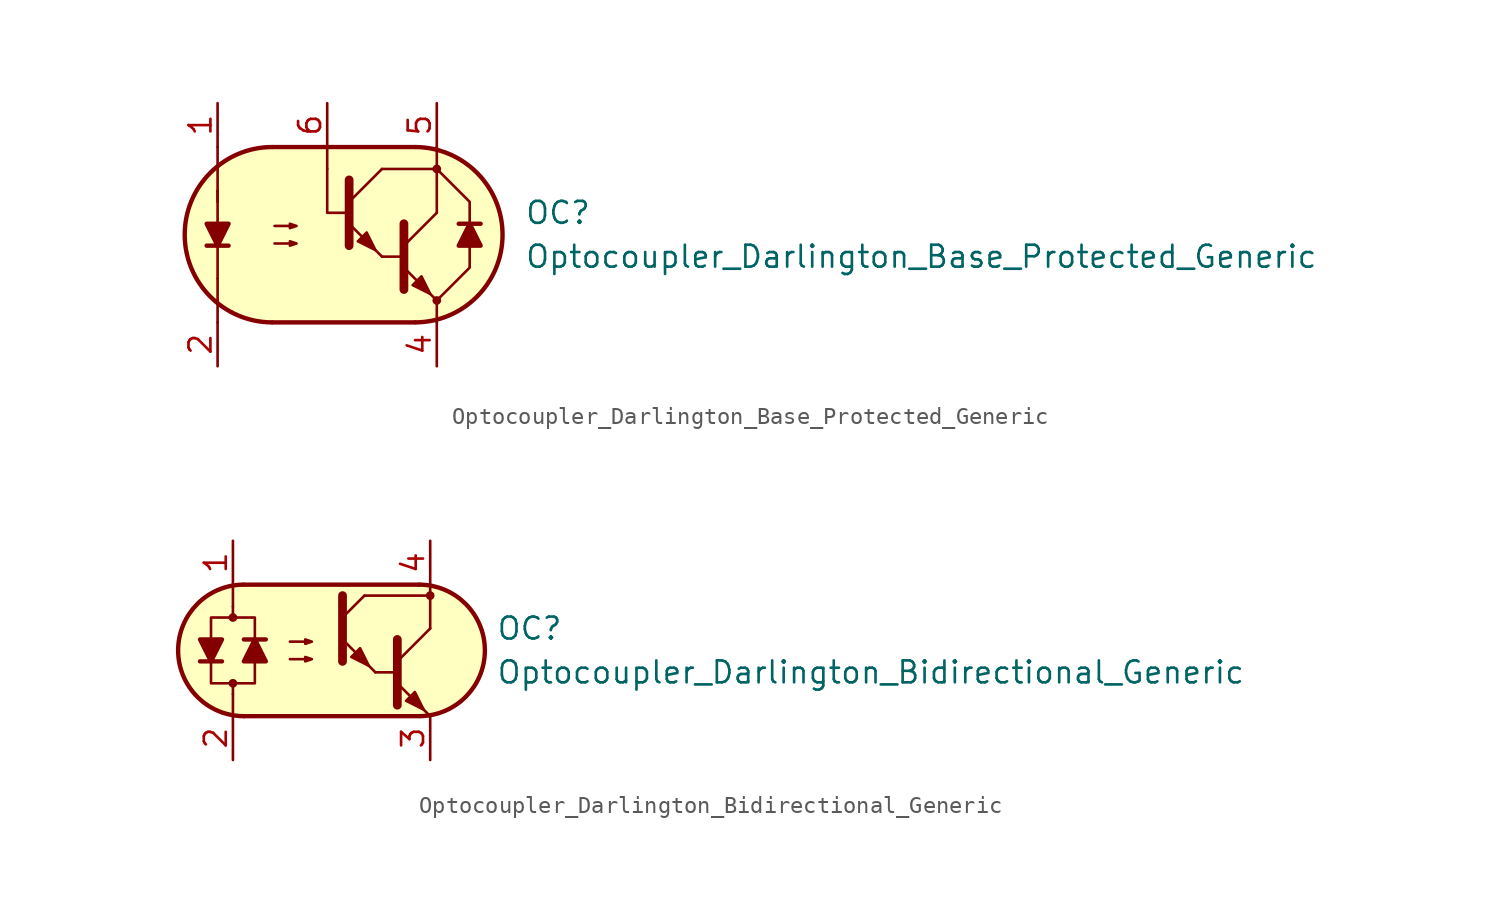
<source format=kicad_sym>
(kicad_symbol_lib
  (version 20211014)
  (generator kicad_symbol_editor)
  (symbol "Optocoupler_AKL:Optocoupler_Darlington_Base_Protected_Generic"
    (pin_names
      (offset 1.016))
    (property "Reference" "OC"
      (at 10.16 1.27 0)
      (effects (font (size 1.27 1.27)) (justify left)))
    (property "Value" "Optocoupler_Darlington_Base_Protected_Generic"
      (at 10.16 -1.27 0)
      (effects (font (size 1.27 1.27)) (justify left)))
    (symbol "Optocoupler_Darlington_Base_Protected_Generic_0_1"
      (arc (start -4.4769 5.08) (mid -9.5251 0) (end -4.4769 -5.08) (stroke (width 0.254) (type default) (color 0 0 0 0)) (fill (type none)))
      (polyline (pts (xy -7.62 -3.81) (xy -7.62 -5.08)) (stroke (width 0.152) (type default) (color 0 0 0 0)) (fill (type none)))
      (polyline (pts (xy -7.62 -2.54) (xy -7.62 -3.81)) (stroke (width 0.152) (type default) (color 0 0 0 0)) (fill (type none)))
      (polyline (pts (xy -7.62 -2.54) (xy -7.62 2.54)) (stroke (width 0.152) (type default) (color 0 0 0 0)) (fill (type none)))
      (polyline (pts (xy -7.62 1.905) (xy -7.62 2.54)) (stroke (width 0.152) (type default) (color 0 0 0 0)) (fill (type none)))
      (polyline (pts (xy -7.62 2.54) (xy -7.62 3.81)) (stroke (width 0.152) (type default) (color 0 0 0 0)) (fill (type none)))
      (polyline (pts (xy -7.62 3.81) (xy -7.62 5.08)) (stroke (width 0.152) (type default) (color 0 0 0 0)) (fill (type none)))
      (polyline (pts (xy -4.445 -5.08) (xy 3.81 -5.08)) (stroke (width 0.254) (type default) (color 0 0 0 0)) (fill (type none)))
      (polyline (pts (xy -1.27 3.81) (xy -1.27 5.08)) (stroke (width 0.152) (type default) (color 0 0 0 0)) (fill (type none)))
      (polyline (pts (xy 1.905 -1.27) (xy 3.175 -1.27)) (stroke (width 0) (type default) (color 0 0 0 0)) (fill (type none)))
      (polyline (pts (xy 1.905 3.81) (xy 5.08 3.81)) (stroke (width 0.152) (type default) (color 0 0 0 0)) (fill (type none)))
      (polyline (pts (xy 3.175 -0.635) (xy 5.08 1.27)) (stroke (width 0) (type default) (color 0 0 0 0)) (fill (type none)))
      (polyline (pts (xy 3.81 5.08) (xy -4.445 5.08)) (stroke (width 0.254) (type default) (color 0 0 0 0)) (fill (type none)))
      (polyline (pts (xy 5.08 -3.81) (xy 3.175 -1.905)) (stroke (width 0) (type default) (color 0 0 0 0)) (fill (type outline)))
      (polyline (pts (xy 5.08 -3.81) (xy 5.08 -5.08)) (stroke (width 0.152) (type default) (color 0 0 0 0)) (fill (type none)))
      (polyline (pts (xy 5.08 1.27) (xy 5.08 3.81)) (stroke (width 0.152) (type default) (color 0 0 0 0)) (fill (type none)))
      (polyline (pts (xy 5.08 3.81) (xy 5.08 5.08)) (stroke (width 0.152) (type default) (color 0 0 0 0)) (fill (type none)))
      (polyline (pts (xy 7.62 0.635) (xy 6.35 0.635)) (stroke (width 0.254) (type default) (color 0 0 0 0)) (fill (type none)))
      (polyline (pts (xy 0 1.27) (xy -1.27 1.27) (xy -1.27 3.81)) (stroke (width 0.152) (type default) (color 0 0 0 0)) (fill (type none)))
      (polyline (pts (xy 3.175 0.635) (xy 3.175 -3.175) (xy 3.175 -3.175)) (stroke (width 0.508) (type default) (color 0 0 0 0)) (fill (type none)))
      (polyline (pts (xy 5.08 -3.81) (xy 6.985 -1.905) (xy 6.985 1.905) (xy 5.08 3.81)) (stroke (width 0.152) (type default) (color 0 0 0 0)) (fill (type none)))
      (polyline (pts (xy 6.985 0.635) (xy 7.62 -0.635) (xy 6.35 -0.635) (xy 6.985 0.635)) (stroke (width 0.254) (type default) (color 0 0 0 0)) (fill (type outline)))
      (polyline (pts (xy -4.318 -0.508) (xy -3.048 -0.508) (xy -3.429 -0.635) (xy -3.429 -0.381) (xy -3.048 -0.508)) (stroke (width 0) (type default) (color 0 0 0 0)) (fill (type none)))
      (polyline (pts (xy -4.318 0.508) (xy -3.048 0.508) (xy -3.429 0.381) (xy -3.429 0.635) (xy -3.048 0.508)) (stroke (width 0) (type default) (color 0 0 0 0)) (fill (type none)))
      (polyline (pts (xy 3.683 -2.921) (xy 4.191 -2.413) (xy 4.699 -3.429) (xy 3.683 -2.921) (xy 3.683 -2.921)) (stroke (width 0) (type default) (color 0 0 0 0)) (fill (type outline)))
      (polyline (pts (xy -4.445 5.08) (xy -5.588 4.953) (xy -6.604 4.572) (xy -7.874 3.81) (xy -8.763 2.794) (xy -9.271 1.524) (xy -9.525 0) (xy -9.271 -1.524) (xy -8.636 -2.794) (xy -8.128 -3.429) (xy -7.112 -4.318) (xy -6.35 -4.699) (xy -5.461 -4.953) (xy -4.445 -5.08) (xy 3.81 -5.08) (xy 5.08 -4.953) (xy 6.35 -4.445) (xy 7.366 -3.683) (xy 8.128 -2.667) (xy 8.636 -1.651) (xy 8.89 -0.381) (xy 8.89 0.635) (xy 8.636 1.651) (xy 8.001 2.921) (xy 6.858 4.064) (xy 5.715 4.699) (xy 4.445 5.08) (xy 3.81 5.08) (xy -4.445 5.08)) (stroke (width 0.01) (type default) (color 0 0 0 0)) (fill (type background)))
      (arc (start 3.8419 -5.08) (mid 8.8901 0) (end 3.8419 5.08) (stroke (width 0.254) (type default) (color 0 0 0 0)) (fill (type none))))
    (symbol "Optocoupler_Darlington_Base_Protected_Generic_1_1"
      (polyline (pts (xy -8.255 -0.635) (xy -6.985 -0.635)) (stroke (width 0.254) (type default) (color 0 0 0 0)) (fill (type none)))
      (polyline (pts (xy 0 1.905) (xy 1.905 3.81)) (stroke (width 0) (type default) (color 0 0 0 0)) (fill (type none)))
      (polyline (pts (xy 1.905 -1.27) (xy 0 0.635)) (stroke (width 0) (type default) (color 0 0 0 0)) (fill (type outline)))
      (polyline (pts (xy 0 3.175) (xy 0 -0.635) (xy 0 -0.635)) (stroke (width 0.508) (type default) (color 0 0 0 0)) (fill (type none)))
      (polyline (pts (xy -7.62 -0.635) (xy -8.255 0.635) (xy -6.985 0.635) (xy -7.62 -0.635)) (stroke (width 0.254) (type default) (color 0 0 0 0)) (fill (type outline)))
      (polyline (pts (xy 0.508 -0.381) (xy 1.016 0.127) (xy 1.524 -0.889) (xy 0.508 -0.381) (xy 0.508 -0.381)) (stroke (width 0) (type default) (color 0 0 0 0)) (fill (type outline)))
      (circle (center 5.08 -3.81) (radius 0.178) (stroke (width 0)) (stroke (width 0) (type default) (color 0 0 0 0)) (fill (type outline)))
      (circle (center 5.08 3.81) (radius 0.178) (stroke (width 0)) (stroke (width 0) (type default) (color 0 0 0 0)) (fill (type outline)))
      (pin passive line (at -7.62 7.62 270) (length 2.54) (name "~" (effects (font (size 1.27 1.27)))) (number "1" (effects (font (size 1.27 1.27)))))
      (pin passive line (at -7.62 -7.62 90) (length 2.54) (name "~" (effects (font (size 1.27 1.27)))) (number "2" (effects (font (size 1.27 1.27)))))
      (pin passive line (at 5.08 -7.62 90) (length 2.54) (name "~" (effects (font (size 1.27 1.27)))) (number "4" (effects (font (size 1.27 1.27)))))
      (pin passive line (at 5.08 7.62 270) (length 2.54) (name "~" (effects (font (size 1.27 1.27)))) (number "5" (effects (font (size 1.27 1.27)))))
      (pin passive line (at -1.27 7.62 270) (length 2.54) (name "~" (effects (font (size 1.27 1.27)))) (number "6" (effects (font (size 1.27 1.27)))))))
  (symbol "Optocoupler_AKL:Optocoupler_Darlington_Bidirectional_Generic"
    (pin_names
      (offset 1.016))
    (property "Reference" "OC"
      (at 10.16 1.27 0)
      (effects (font (size 1.27 1.27)) (justify left)))
    (property "Value" "Optocoupler_Darlington_Bidirectional_Generic"
      (at 10.16 -1.27 0)
      (effects (font (size 1.27 1.27)) (justify left)))
    (symbol "Optocoupler_Darlington_Bidirectional_Generic_0_1"
      (arc (start -4.4835 3.8099) (mid -8.2551 -0.016) (end -4.4516 -3.8101) (stroke (width 0.254) (type default) (color 0 0 0 0)) (fill (type none)))
      (polyline (pts (xy -5.08 -2.54) (xy -5.08 -3.81)) (stroke (width 0.152) (type default) (color 0 0 0 0)) (fill (type none)))
      (polyline (pts (xy -5.08 1.905) (xy -5.08 2.54)) (stroke (width 0.152) (type default) (color 0 0 0 0)) (fill (type none)))
      (polyline (pts (xy -5.08 2.54) (xy -5.08 3.81)) (stroke (width 0.152) (type default) (color 0 0 0 0)) (fill (type none)))
      (polyline (pts (xy -4.445 -3.81) (xy 5.715 -3.81)) (stroke (width 0.254) (type default) (color 0 0 0 0)) (fill (type none)))
      (polyline (pts (xy 2.54 3.175) (xy 6.35 3.175)) (stroke (width 0.152) (type default) (color 0 0 0 0)) (fill (type none)))
      (polyline (pts (xy 3.175 -1.27) (xy 4.445 -1.27)) (stroke (width 0) (type default) (color 0 0 0 0)) (fill (type none)))
      (polyline (pts (xy 4.445 -0.635) (xy 6.35 1.27)) (stroke (width 0) (type default) (color 0 0 0 0)) (fill (type none)))
      (polyline (pts (xy 5.715 3.81) (xy -4.445 3.81)) (stroke (width 0.254) (type default) (color 0 0 0 0)) (fill (type none)))
      (polyline (pts (xy 6.35 -3.81) (xy 4.445 -1.905)) (stroke (width 0) (type default) (color 0 0 0 0)) (fill (type outline)))
      (polyline (pts (xy 6.35 1.27) (xy 6.35 3.81)) (stroke (width 0.152) (type default) (color 0 0 0 0)) (fill (type none)))
      (polyline (pts (xy 4.445 0.635) (xy 4.445 -3.175) (xy 4.445 -3.175)) (stroke (width 0.508) (type default) (color 0 0 0 0)) (fill (type none)))
      (polyline (pts (xy -1.778 -0.508) (xy -0.508 -0.508) (xy -0.889 -0.635) (xy -0.889 -0.381) (xy -0.508 -0.508)) (stroke (width 0) (type default) (color 0 0 0 0)) (fill (type none)))
      (polyline (pts (xy -1.778 0.508) (xy -0.508 0.508) (xy -0.889 0.381) (xy -0.889 0.635) (xy -0.508 0.508)) (stroke (width 0) (type default) (color 0 0 0 0)) (fill (type none)))
      (polyline (pts (xy 4.953 -2.921) (xy 5.461 -2.413) (xy 5.969 -3.429) (xy 4.953 -2.921) (xy 4.953 -2.921)) (stroke (width 0) (type default) (color 0 0 0 0)) (fill (type outline)))
      (polyline (pts (xy -5.08 -2.54) (xy -5.08 -1.905) (xy -6.35 -1.905) (xy -6.35 1.905) (xy -3.81 1.905) (xy -3.81 -1.905) (xy -5.08 -1.905)) (stroke (width 0.152) (type default) (color 0 0 0 0)) (fill (type none)))
      (polyline (pts (xy 5.715 3.81) (xy -4.064 3.81) (xy -4.572 3.81) (xy -5.207 3.683) (xy -5.842 3.556) (xy -6.604 3.175) (xy -7.239 2.54) (xy -7.747 1.778) (xy -8.255 0.508) (xy -8.255 -0.508) (xy -8.001 -1.397) (xy -7.112 -2.667) (xy -6.096 -3.429) (xy -4.572 -3.81) (xy 6.096 -3.81) (xy 7.112 -3.556) (xy 8.128 -2.921) (xy 8.89 -2.159) (xy 9.271 -1.397) (xy 9.525 -0.127) (xy 9.398 0.889) (xy 9.144 1.651) (xy 8.763 2.286) (xy 8.255 2.794) (xy 7.62 3.302) (xy 6.731 3.683) (xy 5.715 3.81)) (stroke (width 0.01) (type default) (color 0 0 0 0)) (fill (type background)))
      (arc (start 5.7469 -3.81) (mid 9.5185 0.0159) (end 5.715 3.81) (stroke (width 0.254) (type default) (color 0 0 0 0)) (fill (type none))))
    (symbol "Optocoupler_Darlington_Bidirectional_Generic_1_1"
      (circle (center -5.08 -1.905) (radius 0.178) (stroke (width 0)) (stroke (width 0) (type default) (color 0 0 0 0)) (fill (type outline)))
      (circle (center -5.08 1.905) (radius 0.178) (stroke (width 0)) (stroke (width 0) (type default) (color 0 0 0 0)) (fill (type outline)))
      (polyline (pts (xy -6.985 -0.635) (xy -5.715 -0.635)) (stroke (width 0.254) (type default) (color 0 0 0 0)) (fill (type none)))
      (polyline (pts (xy -3.175 0.635) (xy -4.445 0.635)) (stroke (width 0.254) (type default) (color 0 0 0 0)) (fill (type none)))
      (polyline (pts (xy 1.27 1.905) (xy 2.54 3.175)) (stroke (width 0) (type default) (color 0 0 0 0)) (fill (type none)))
      (polyline (pts (xy 3.175 -1.27) (xy 1.27 0.635)) (stroke (width 0) (type default) (color 0 0 0 0)) (fill (type outline)))
      (polyline (pts (xy 1.27 3.175) (xy 1.27 -0.635) (xy 1.27 -0.635)) (stroke (width 0.508) (type default) (color 0 0 0 0)) (fill (type none)))
      (polyline (pts (xy -6.35 -0.635) (xy -6.985 0.635) (xy -5.715 0.635) (xy -6.35 -0.635)) (stroke (width 0.254) (type default) (color 0 0 0 0)) (fill (type outline)))
      (polyline (pts (xy -3.81 0.635) (xy -3.175 -0.635) (xy -4.445 -0.635) (xy -3.81 0.635)) (stroke (width 0.254) (type default) (color 0 0 0 0)) (fill (type outline)))
      (polyline (pts (xy 1.778 -0.381) (xy 2.286 0.127) (xy 2.794 -0.889) (xy 1.778 -0.381) (xy 1.778 -0.381)) (stroke (width 0) (type default) (color 0 0 0 0)) (fill (type outline)))
      (circle (center 6.35 3.175) (radius 0.178) (stroke (width 0)) (stroke (width 0) (type default) (color 0 0 0 0)) (fill (type outline)))
      (pin passive line (at -5.08 6.35 270) (length 2.54) (name "~" (effects (font (size 1.27 1.27)))) (number "1" (effects (font (size 1.27 1.27)))))
      (pin passive line (at -5.08 -6.35 90) (length 2.54) (name "~" (effects (font (size 1.27 1.27)))) (number "2" (effects (font (size 1.27 1.27)))))
      (pin passive line (at 6.35 -6.35 90) (length 2.54) (name "~" (effects (font (size 1.27 1.27)))) (number "3" (effects (font (size 1.27 1.27)))))
      (pin passive line (at 6.35 6.35 270) (length 2.54) (name "~" (effects (font (size 1.27 1.27)))) (number "4" (effects (font (size 1.27 1.27))))))))
</source>
